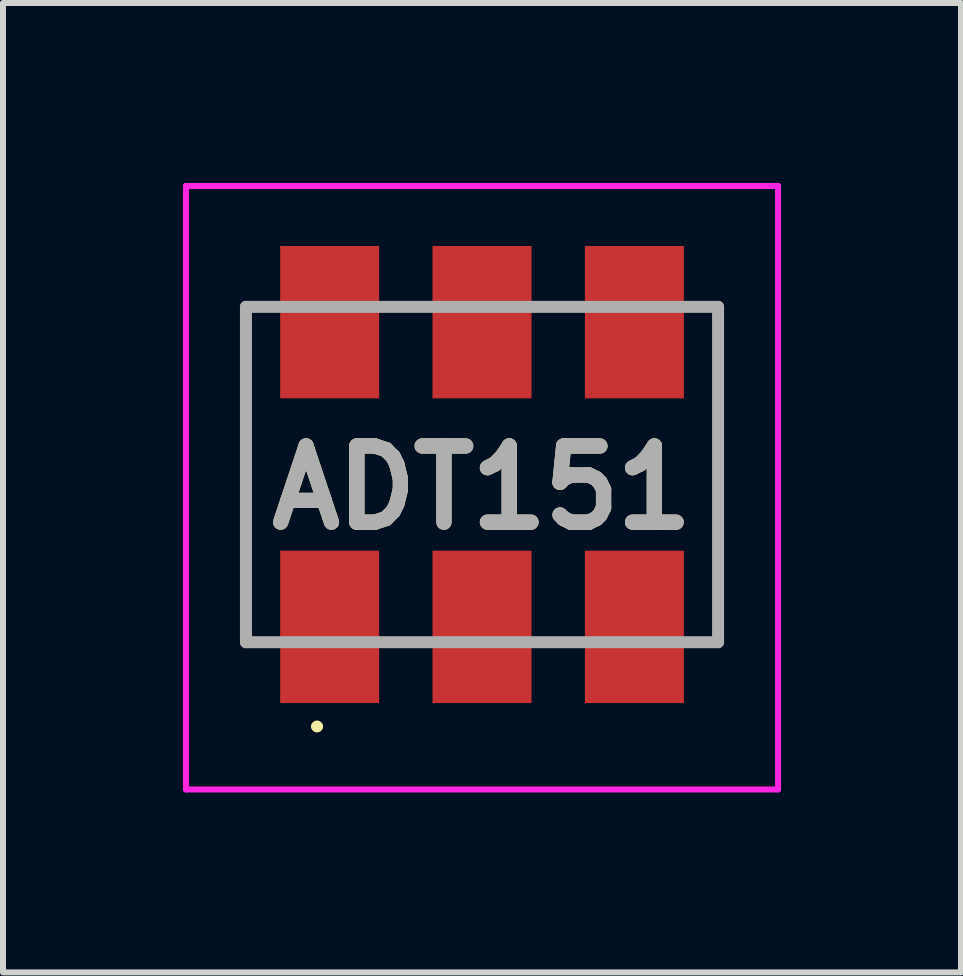
<source format=kicad_pcb>
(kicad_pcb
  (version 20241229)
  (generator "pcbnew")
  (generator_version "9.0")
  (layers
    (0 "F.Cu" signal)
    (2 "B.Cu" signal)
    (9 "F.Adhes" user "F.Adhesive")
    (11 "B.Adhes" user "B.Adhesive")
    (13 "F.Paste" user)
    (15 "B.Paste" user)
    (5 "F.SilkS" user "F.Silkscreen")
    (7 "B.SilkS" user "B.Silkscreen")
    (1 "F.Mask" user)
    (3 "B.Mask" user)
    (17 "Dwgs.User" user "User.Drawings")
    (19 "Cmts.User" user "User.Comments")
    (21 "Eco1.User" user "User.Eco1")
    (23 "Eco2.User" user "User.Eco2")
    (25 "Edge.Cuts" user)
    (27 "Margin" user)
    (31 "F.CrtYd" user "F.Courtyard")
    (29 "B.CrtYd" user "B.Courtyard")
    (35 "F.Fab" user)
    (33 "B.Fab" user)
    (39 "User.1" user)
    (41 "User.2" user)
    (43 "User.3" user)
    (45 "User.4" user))
  (footprint "ADT151"
    (layer "F.Cu")
    (at 4.985 4.86)
    (property "Reference" "ADT151" (at 0 0.22 0) (layer "F.SilkS") (effects (font (size 1.27 1.27) (thickness 0.254))))
    (attr smd)
    (fp_line (start -3.935 -2.8) (end -3.935 2.8) (stroke (width 0.1) (type solid)) (layer "F.SilkS"))
    (fp_line (start -3.935 2.8) (end -3.6 2.795) (stroke (width 0.1) (type solid)) (layer "F.SilkS"))
    (fp_line (start -3.6 -2.795) (end -3.935 -2.8) (stroke (width 0.1) (type solid)) (layer "F.SilkS"))
    (fp_line (start -2.8 4.2) (end -2.8 4.2) (stroke (width 0.1) (type solid)) (layer "F.SilkS"))
    (fp_line (start -2.7 4.2) (end -2.7 4.2) (stroke (width 0.1) (type solid)) (layer "F.SilkS"))
    (fp_line (start 3.6 -2.795) (end 3.935 -2.8) (stroke (width 0.1) (type solid)) (layer "F.SilkS"))
    (fp_line (start 3.935 -2.8) (end 3.935 2.8) (stroke (width 0.1) (type solid)) (layer "F.SilkS"))
    (fp_line (start 3.935 2.8) (end 3.6 2.795) (stroke (width 0.1) (type solid)) (layer "F.SilkS"))
    (fp_arc (start -2.8 4.2) (mid -2.75 4.15) (end -2.7 4.2) (stroke (width 0.1) (type solid)) (layer "F.SilkS"))
    (fp_arc (start -2.7 4.2) (mid -2.75 4.25) (end -2.8 4.2) (stroke (width 0.1) (type solid)) (layer "F.SilkS"))
    (fp_line (start -4.935 -4.81) (end 4.935 -4.81) (stroke (width 0.1) (type solid)) (layer "F.CrtYd"))
    (fp_line (start -4.935 5.25) (end -4.935 -4.81) (stroke (width 0.1) (type solid)) (layer "F.CrtYd"))
    (fp_line (start 4.935 -4.81) (end 4.935 5.25) (stroke (width 0.1) (type solid)) (layer "F.CrtYd"))
    (fp_line (start 4.935 5.25) (end -4.935 5.25) (stroke (width 0.1) (type solid)) (layer "F.CrtYd"))
    (fp_line (start -3.935 -2.795) (end 3.935 -2.795) (stroke (width 0.2) (type solid)) (layer "F.Fab"))
    (fp_line (start -3.935 2.795) (end -3.935 -2.795) (stroke (width 0.2) (type solid)) (layer "F.Fab"))
    (fp_line (start 3.935 -2.795) (end 3.935 2.795) (stroke (width 0.2) (type solid)) (layer "F.Fab"))
    (fp_line (start 3.935 2.795) (end -3.935 2.795) (stroke (width 0.2) (type solid)) (layer "F.Fab"))
    (fp_text user "${REFERENCE}" (at 0 0.22 0) (layer "F.Fab") (effects (font (size 1.27 1.27) (thickness 0.254))))
    (pad "1" smd rect (at -2.54 2.54) (size 1.65 2.54) (layers "F.Cu" "F.Mask" "F.Paste"))
    (pad "2" smd rect (at 0 2.54) (size 1.65 2.54) (layers "F.Cu" "F.Mask" "F.Paste"))
    (pad "3" smd rect (at 2.54 2.54) (size 1.65 2.54) (layers "F.Cu" "F.Mask" "F.Paste"))
    (pad "4" smd rect (at 2.54 -2.54) (size 1.65 2.54) (layers "F.Cu" "F.Mask" "F.Paste"))
    (pad "5" smd rect (at 0 -2.54) (size 1.65 2.54) (layers "F.Cu" "F.Mask" "F.Paste"))
    (pad "6" smd rect (at -2.54 -2.54) (size 1.65 2.54) (layers "F.Cu" "F.Mask" "F.Paste")))
  (gr_rect
    (start -3 -3)
    (end 12.97 13.16)
    (stroke (width 0.1) (type default))
    (fill no)
    (layer "Edge.Cuts")))
</source>
